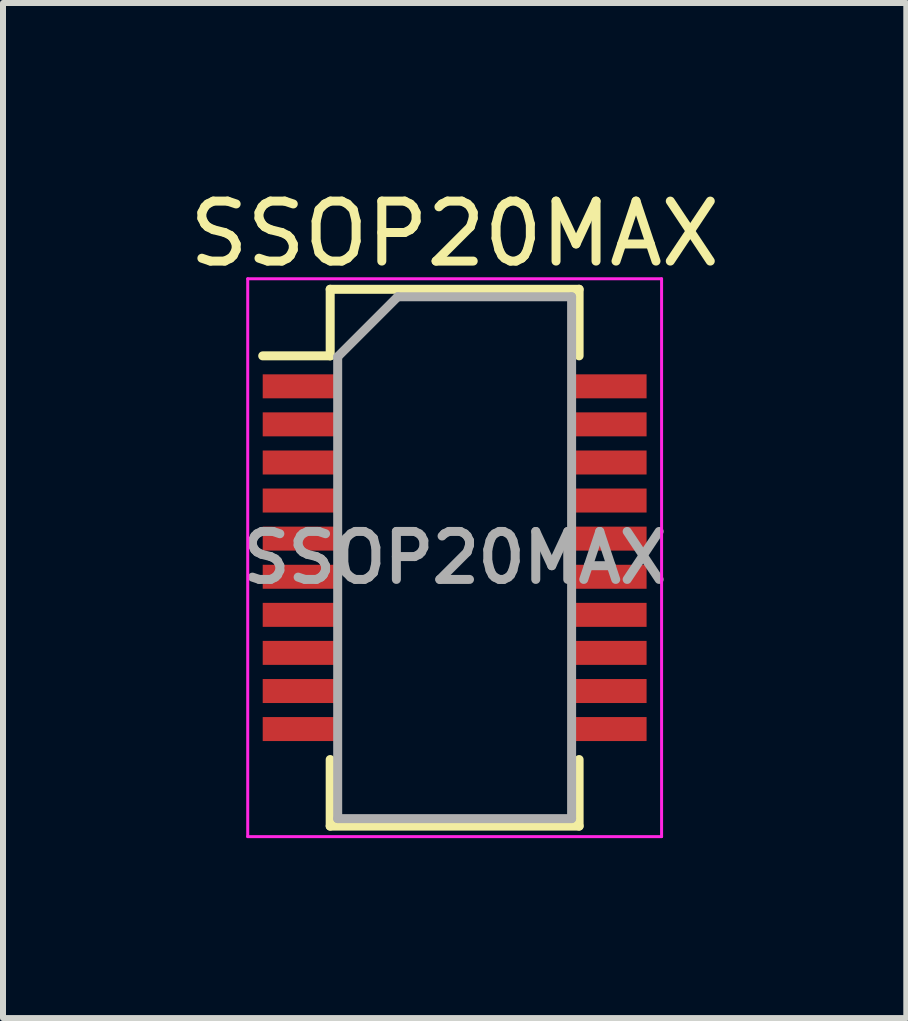
<source format=kicad_pcb>
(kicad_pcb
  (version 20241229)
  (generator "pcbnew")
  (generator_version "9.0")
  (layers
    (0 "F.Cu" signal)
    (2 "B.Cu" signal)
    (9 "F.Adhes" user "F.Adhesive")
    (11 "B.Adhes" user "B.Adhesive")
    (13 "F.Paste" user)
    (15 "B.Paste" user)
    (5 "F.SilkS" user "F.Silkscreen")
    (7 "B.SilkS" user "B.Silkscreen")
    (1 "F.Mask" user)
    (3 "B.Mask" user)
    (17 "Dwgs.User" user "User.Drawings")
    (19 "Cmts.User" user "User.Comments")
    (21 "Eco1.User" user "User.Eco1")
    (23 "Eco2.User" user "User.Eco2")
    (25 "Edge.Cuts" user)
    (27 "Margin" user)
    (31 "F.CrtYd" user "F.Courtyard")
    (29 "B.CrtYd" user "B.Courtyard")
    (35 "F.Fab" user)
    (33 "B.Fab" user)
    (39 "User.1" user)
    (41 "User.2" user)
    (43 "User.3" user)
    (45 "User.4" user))
  (footprint "SSOP20MAX"
    (layer "F.Cu")
    (at 4.53 6.248)
    (property "Reference" "SSOP20MAX" (at 0 -5.4 0) (layer "F.SilkS") (effects (font (size 1 1) (thickness 0.15))))
    (attr smd)
    (fp_line (start -2.075 -4.475) (end 2.075 -4.475) (stroke (width 0.15) (type solid)) (layer "F.SilkS"))
    (fp_line (start -2.075 -3.365) (end -3.2 -3.365) (stroke (width 0.15) (type solid)) (layer "F.SilkS"))
    (fp_line (start -2.075 -3.365) (end -2.075 -4.475) (stroke (width 0.15) (type solid)) (layer "F.SilkS"))
    (fp_line (start -2.075 4.475) (end -2.075 3.365) (stroke (width 0.15) (type solid)) (layer "F.SilkS"))
    (fp_line (start -2.075 4.475) (end 2.075 4.475) (stroke (width 0.15) (type solid)) (layer "F.SilkS"))
    (fp_line (start 2.075 -4.475) (end 2.075 -3.365) (stroke (width 0.15) (type solid)) (layer "F.SilkS"))
    (fp_line (start 2.075 4.475) (end 2.075 3.365) (stroke (width 0.15) (type solid)) (layer "F.SilkS"))
    (fp_line (start -3.45 -4.65) (end -3.45 4.65) (stroke (width 0.05) (type solid)) (layer "F.CrtYd"))
    (fp_line (start -3.45 -4.65) (end 3.45 -4.65) (stroke (width 0.05) (type solid)) (layer "F.CrtYd"))
    (fp_line (start -3.45 4.65) (end 3.45 4.65) (stroke (width 0.05) (type solid)) (layer "F.CrtYd"))
    (fp_line (start 3.45 -4.65) (end 3.45 4.65) (stroke (width 0.05) (type solid)) (layer "F.CrtYd"))
    (fp_line (start -1.95 -3.35) (end -0.95 -4.35) (stroke (width 0.15) (type solid)) (layer "F.Fab"))
    (fp_line (start -1.95 4.35) (end -1.95 -3.35) (stroke (width 0.15) (type solid)) (layer "F.Fab"))
    (fp_line (start -0.95 -4.35) (end 1.95 -4.35) (stroke (width 0.15) (type solid)) (layer "F.Fab"))
    (fp_line (start 1.95 -4.35) (end 1.95 4.35) (stroke (width 0.15) (type solid)) (layer "F.Fab"))
    (fp_line (start 1.95 4.35) (end -1.95 4.35) (stroke (width 0.15) (type solid)) (layer "F.Fab"))
    (fp_text user "${REFERENCE}" (at 0 0 0) (layer "F.Fab") (effects (font (size 0.8 0.8) (thickness 0.15))))
    (pad "1" smd rect (at -2.6 -2.857) (size 1.2 0.4) (layers "F.Cu" "F.Mask" "F.Paste"))
    (pad "2" smd rect (at -2.6 -2.223) (size 1.2 0.4) (layers "F.Cu" "F.Mask" "F.Paste"))
    (pad "3" smd rect (at -2.6 -1.587) (size 1.2 0.4) (layers "F.Cu" "F.Mask" "F.Paste"))
    (pad "4" smd rect (at -2.6 -0.953) (size 1.2 0.4) (layers "F.Cu" "F.Mask" "F.Paste"))
    (pad "5" smd rect (at -2.6 -0.318) (size 1.2 0.4) (layers "F.Cu" "F.Mask" "F.Paste"))
    (pad "6" smd rect (at -2.6 0.318) (size 1.2 0.4) (layers "F.Cu" "F.Mask" "F.Paste"))
    (pad "7" smd rect (at -2.6 0.953) (size 1.2 0.4) (layers "F.Cu" "F.Mask" "F.Paste"))
    (pad "8" smd rect (at -2.6 1.587) (size 1.2 0.4) (layers "F.Cu" "F.Mask" "F.Paste"))
    (pad "9" smd rect (at -2.6 2.223) (size 1.2 0.4) (layers "F.Cu" "F.Mask" "F.Paste"))
    (pad "10" smd rect (at -2.6 2.857) (size 1.2 0.4) (layers "F.Cu" "F.Mask" "F.Paste"))
    (pad "11" smd rect (at 2.6 2.857) (size 1.2 0.4) (layers "F.Cu" "F.Mask" "F.Paste"))
    (pad "12" smd rect (at 2.6 2.223) (size 1.2 0.4) (layers "F.Cu" "F.Mask" "F.Paste"))
    (pad "13" smd rect (at 2.6 1.587) (size 1.2 0.4) (layers "F.Cu" "F.Mask" "F.Paste"))
    (pad "14" smd rect (at 2.6 0.953) (size 1.2 0.4) (layers "F.Cu" "F.Mask" "F.Paste"))
    (pad "15" smd rect (at 2.6 0.318) (size 1.2 0.4) (layers "F.Cu" "F.Mask" "F.Paste"))
    (pad "16" smd rect (at 2.6 -0.318) (size 1.2 0.4) (layers "F.Cu" "F.Mask" "F.Paste"))
    (pad "17" smd rect (at 2.6 -0.953) (size 1.2 0.4) (layers "F.Cu" "F.Mask" "F.Paste"))
    (pad "18" smd rect (at 2.6 -1.587) (size 1.2 0.4) (layers "F.Cu" "F.Mask" "F.Paste"))
    (pad "19" smd rect (at 2.6 -2.223) (size 1.2 0.4) (layers "F.Cu" "F.Mask" "F.Paste"))
    (pad "20" smd rect (at 2.6 -2.857) (size 1.2 0.4) (layers "F.Cu" "F.Mask" "F.Paste")))
  (gr_rect
    (start -3 -3)
    (end 12.06 13.923)
    (stroke (width 0.1) (type default))
    (fill no)
    (layer "Edge.Cuts")))
</source>
